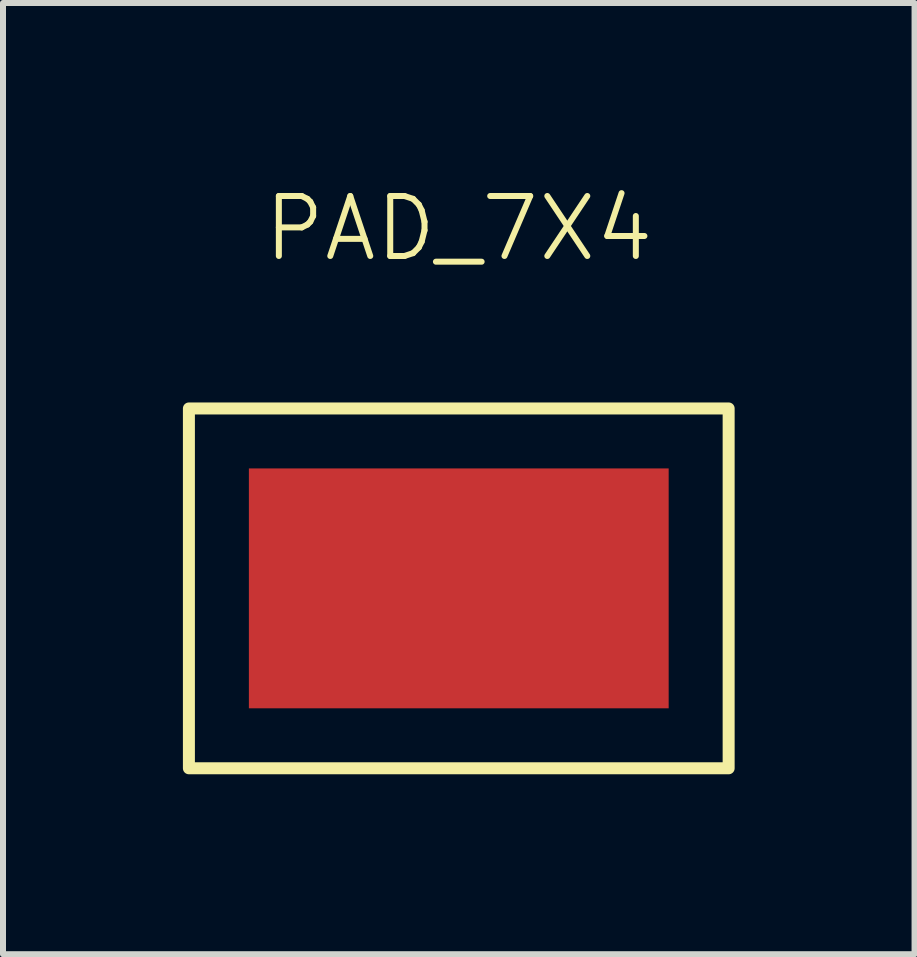
<source format=kicad_pcb>
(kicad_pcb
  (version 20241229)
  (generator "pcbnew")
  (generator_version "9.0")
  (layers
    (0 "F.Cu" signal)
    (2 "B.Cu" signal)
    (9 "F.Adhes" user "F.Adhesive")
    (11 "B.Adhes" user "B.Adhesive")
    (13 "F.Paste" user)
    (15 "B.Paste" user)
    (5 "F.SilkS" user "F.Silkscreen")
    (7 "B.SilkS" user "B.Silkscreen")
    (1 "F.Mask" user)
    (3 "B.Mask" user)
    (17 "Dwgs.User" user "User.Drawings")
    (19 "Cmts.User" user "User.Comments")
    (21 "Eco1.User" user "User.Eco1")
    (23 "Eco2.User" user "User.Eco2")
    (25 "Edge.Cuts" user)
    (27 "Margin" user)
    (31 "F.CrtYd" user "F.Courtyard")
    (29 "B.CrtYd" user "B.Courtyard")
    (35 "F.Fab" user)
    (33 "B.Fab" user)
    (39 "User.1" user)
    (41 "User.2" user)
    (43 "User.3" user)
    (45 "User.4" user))
  (footprint "PAD_7X4"
    (layer "F.Cu")
    (at 4.6 6.761)
    (property "Reference" "PAD_7X4" (at 0 -6 0) (unlocked yes) (layer "F.SilkS") (effects (font (size 1 1) (thickness 0.1))))
    (attr smd)
    (fp_rect (start -4.5 -3) (end 4.5 3) (stroke (width 0.2) (type default)) (fill no) (layer "F.SilkS"))
    (pad "1" smd rect (at 0 0) (size 7 4) (layers "F.Cu" "F.Mask" "F.Paste")))
  (gr_rect
    (start -3 -3)
    (end 12.2 12.861)
    (stroke (width 0.1) (type default))
    (fill no)
    (layer "Edge.Cuts")))
</source>
